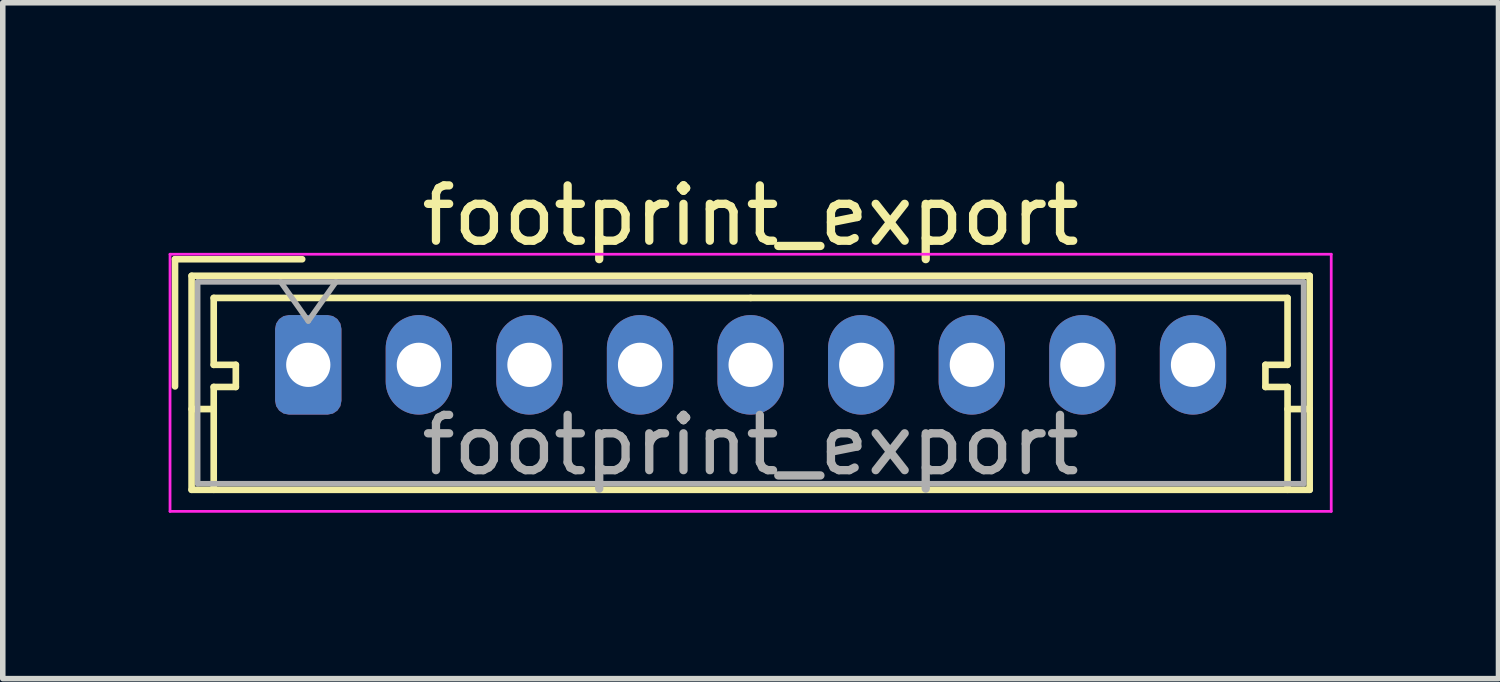
<source format=kicad_pcb>
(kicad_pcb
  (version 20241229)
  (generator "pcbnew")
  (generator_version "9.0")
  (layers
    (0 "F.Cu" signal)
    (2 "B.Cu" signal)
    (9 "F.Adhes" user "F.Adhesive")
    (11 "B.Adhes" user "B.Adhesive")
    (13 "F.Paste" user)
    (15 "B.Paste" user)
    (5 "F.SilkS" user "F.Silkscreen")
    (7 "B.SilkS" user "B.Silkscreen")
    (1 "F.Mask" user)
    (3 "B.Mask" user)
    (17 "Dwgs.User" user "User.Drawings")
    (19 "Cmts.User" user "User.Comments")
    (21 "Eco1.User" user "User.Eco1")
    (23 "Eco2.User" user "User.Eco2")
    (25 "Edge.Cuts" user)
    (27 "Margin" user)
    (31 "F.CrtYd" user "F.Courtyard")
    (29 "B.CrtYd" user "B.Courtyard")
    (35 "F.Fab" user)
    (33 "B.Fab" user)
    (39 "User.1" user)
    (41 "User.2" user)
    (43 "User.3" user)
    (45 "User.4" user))
  (footprint "footprint_export"
    (layer "F.Cu")
    (at 2.525 3.548)
    (property "Reference" "footprint_export" (at 8 -2.7 0) (layer "F.SilkS") (effects (font (size 1 1) (thickness 0.15))))
    (attr through_hole)
    (fp_line (start -2.41 -1.91) (end -2.41 0.39) (stroke (width 0.12) (type solid)) (layer "F.SilkS"))
    (fp_line (start -2.11 -1.61) (end -2.11 2.26) (stroke (width 0.12) (type solid)) (layer "F.SilkS"))
    (fp_line (start -2.11 0.8) (end -1.71 0.8) (stroke (width 0.12) (type solid)) (layer "F.SilkS"))
    (fp_line (start -2.11 2.26) (end 18.11 2.26) (stroke (width 0.12) (type solid)) (layer "F.SilkS"))
    (fp_line (start -1.71 -1.21) (end -1.71 0) (stroke (width 0.12) (type solid)) (layer "F.SilkS"))
    (fp_line (start -1.71 0) (end -1.31 0) (stroke (width 0.12) (type solid)) (layer "F.SilkS"))
    (fp_line (start -1.71 0.4) (end -1.71 2.26) (stroke (width 0.12) (type solid)) (layer "F.SilkS"))
    (fp_line (start -1.31 0) (end -1.31 0.4) (stroke (width 0.12) (type solid)) (layer "F.SilkS"))
    (fp_line (start -1.31 0.4) (end -1.71 0.4) (stroke (width 0.12) (type solid)) (layer "F.SilkS"))
    (fp_line (start -0.11 -1.91) (end -2.41 -1.91) (stroke (width 0.12) (type solid)) (layer "F.SilkS"))
    (fp_line (start 8 -1.21) (end -1.71 -1.21) (stroke (width 0.12) (type solid)) (layer "F.SilkS"))
    (fp_line (start 8 -1.21) (end 17.71 -1.21) (stroke (width 0.12) (type solid)) (layer "F.SilkS"))
    (fp_line (start 17.31 0) (end 17.31 0.4) (stroke (width 0.12) (type solid)) (layer "F.SilkS"))
    (fp_line (start 17.31 0.4) (end 17.71 0.4) (stroke (width 0.12) (type solid)) (layer "F.SilkS"))
    (fp_line (start 17.71 -1.21) (end 17.71 0) (stroke (width 0.12) (type solid)) (layer "F.SilkS"))
    (fp_line (start 17.71 0) (end 17.31 0) (stroke (width 0.12) (type solid)) (layer "F.SilkS"))
    (fp_line (start 17.71 0.4) (end 17.71 2.26) (stroke (width 0.12) (type solid)) (layer "F.SilkS"))
    (fp_line (start 18.11 -1.61) (end -2.11 -1.61) (stroke (width 0.12) (type solid)) (layer "F.SilkS"))
    (fp_line (start 18.11 0.8) (end 17.71 0.8) (stroke (width 0.12) (type solid)) (layer "F.SilkS"))
    (fp_line (start 18.11 2.26) (end 18.11 -1.61) (stroke (width 0.12) (type solid)) (layer "F.SilkS"))
    (fp_line (start -2.5 -2) (end -2.5 2.65) (stroke (width 0.05) (type solid)) (layer "F.CrtYd"))
    (fp_line (start -2.5 2.65) (end 18.5 2.65) (stroke (width 0.05) (type solid)) (layer "F.CrtYd"))
    (fp_line (start 18.5 -2) (end -2.5 -2) (stroke (width 0.05) (type solid)) (layer "F.CrtYd"))
    (fp_line (start 18.5 2.65) (end 18.5 -2) (stroke (width 0.05) (type solid)) (layer "F.CrtYd"))
    (fp_line (start -2 -1.5) (end -2 2.15) (stroke (width 0.1) (type solid)) (layer "F.Fab"))
    (fp_line (start -2 2.15) (end 18 2.15) (stroke (width 0.1) (type solid)) (layer "F.Fab"))
    (fp_line (start -0.5 -1.5) (end 0 -0.793) (stroke (width 0.1) (type solid)) (layer "F.Fab"))
    (fp_line (start 0 -0.793) (end 0.5 -1.5) (stroke (width 0.1) (type solid)) (layer "F.Fab"))
    (fp_line (start 18 -1.5) (end -2 -1.5) (stroke (width 0.1) (type solid)) (layer "F.Fab"))
    (fp_line (start 18 2.15) (end 18 -1.5) (stroke (width 0.1) (type solid)) (layer "F.Fab"))
    (fp_text user "${REFERENCE}" (at 8 1.45 0) (layer "F.Fab") (effects (font (size 1 1) (thickness 0.15))))
    (pad "1" thru_hole roundrect (at 0 0) (size 1.2 1.8) (drill 0.8) (layers "*.Cu" "*.Mask") (roundrect_rratio 0.208))
    (pad "2" thru_hole oval (at 2 0) (size 1.2 1.8) (drill 0.8) (layers "*.Cu" "*.Mask"))
    (pad "3" thru_hole oval (at 4 0) (size 1.2 1.8) (drill 0.8) (layers "*.Cu" "*.Mask"))
    (pad "4" thru_hole oval (at 6 0) (size 1.2 1.8) (drill 0.8) (layers "*.Cu" "*.Mask"))
    (pad "5" thru_hole oval (at 8 0) (size 1.2 1.8) (drill 0.8) (layers "*.Cu" "*.Mask"))
    (pad "6" thru_hole oval (at 10 0) (size 1.2 1.8) (drill 0.8) (layers "*.Cu" "*.Mask"))
    (pad "7" thru_hole oval (at 12 0) (size 1.2 1.8) (drill 0.8) (layers "*.Cu" "*.Mask"))
    (pad "8" thru_hole oval (at 14 0) (size 1.2 1.8) (drill 0.8) (layers "*.Cu" "*.Mask"))
    (pad "9" thru_hole oval (at 16 0) (size 1.2 1.8) (drill 0.8) (layers "*.Cu" "*.Mask")))
  (gr_rect
    (start -3 -3)
    (end 24.05 9.223)
    (stroke (width 0.1) (type default))
    (fill no)
    (layer "Edge.Cuts")))
</source>
